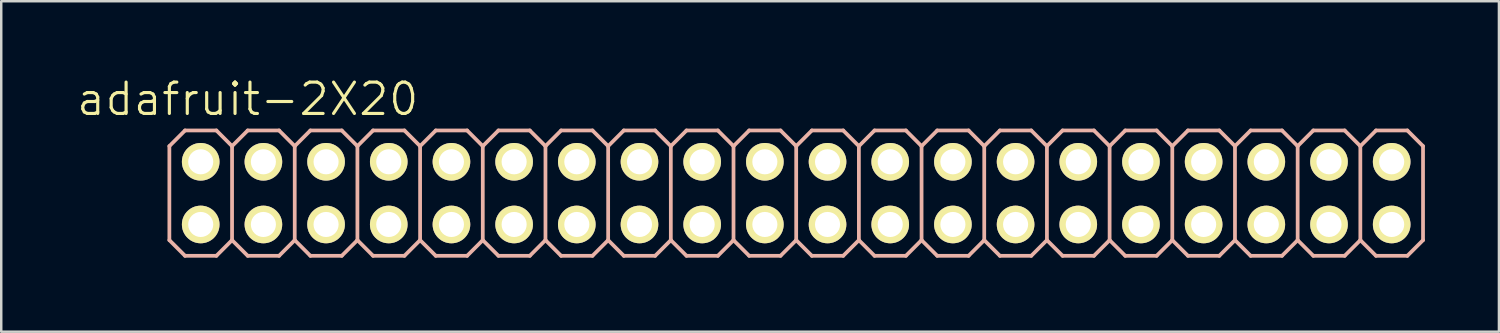
<source format=kicad_pcb>
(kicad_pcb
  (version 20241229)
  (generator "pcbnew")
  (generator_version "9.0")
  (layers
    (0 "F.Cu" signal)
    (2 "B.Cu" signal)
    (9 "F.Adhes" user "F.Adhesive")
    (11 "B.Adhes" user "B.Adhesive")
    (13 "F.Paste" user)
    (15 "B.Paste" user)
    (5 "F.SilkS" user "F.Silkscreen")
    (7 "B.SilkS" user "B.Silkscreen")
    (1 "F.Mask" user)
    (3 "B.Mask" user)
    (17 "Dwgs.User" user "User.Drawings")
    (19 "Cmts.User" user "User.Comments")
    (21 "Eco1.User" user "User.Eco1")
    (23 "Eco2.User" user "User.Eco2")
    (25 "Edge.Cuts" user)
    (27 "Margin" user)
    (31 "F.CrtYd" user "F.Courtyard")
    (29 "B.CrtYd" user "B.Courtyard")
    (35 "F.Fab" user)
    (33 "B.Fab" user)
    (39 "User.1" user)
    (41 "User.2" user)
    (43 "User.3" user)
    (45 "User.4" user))
  (footprint "adafruit-2X20"
    (layer "F.Cu")
    (at 29.213 4.776)
    (property "Reference" "adafruit-2X20" (at -22.225 -3.81 0) (layer "F.SilkS") (effects (font (size 1.27 1.27) (thickness 0.127))))
    (attr exclude_from_pos_files exclude_from_bom)
    (fp_line (start -24.384 -1.524) (end -23.876 -1.524) (stroke (width 0.066) (type solid)) (layer "F.SilkS"))
    (fp_line (start -24.384 -1.016) (end -24.384 -1.524) (stroke (width 0.066) (type solid)) (layer "F.SilkS"))
    (fp_line (start -24.384 -1.016) (end -23.876 -1.016) (stroke (width 0.066) (type solid)) (layer "F.SilkS"))
    (fp_line (start -24.384 1.016) (end -23.876 1.016) (stroke (width 0.066) (type solid)) (layer "F.SilkS"))
    (fp_line (start -24.384 1.524) (end -24.384 1.016) (stroke (width 0.066) (type solid)) (layer "F.SilkS"))
    (fp_line (start -24.384 1.524) (end -23.876 1.524) (stroke (width 0.066) (type solid)) (layer "F.SilkS"))
    (fp_line (start -23.876 -1.016) (end -23.876 -1.524) (stroke (width 0.066) (type solid)) (layer "F.SilkS"))
    (fp_line (start -23.876 1.524) (end -23.876 1.016) (stroke (width 0.066) (type solid)) (layer "F.SilkS"))
    (fp_line (start -21.844 -1.524) (end -21.336 -1.524) (stroke (width 0.066) (type solid)) (layer "F.SilkS"))
    (fp_line (start -21.844 -1.016) (end -21.844 -1.524) (stroke (width 0.066) (type solid)) (layer "F.SilkS"))
    (fp_line (start -21.844 -1.016) (end -21.336 -1.016) (stroke (width 0.066) (type solid)) (layer "F.SilkS"))
    (fp_line (start -21.844 1.016) (end -21.336 1.016) (stroke (width 0.066) (type solid)) (layer "F.SilkS"))
    (fp_line (start -21.844 1.524) (end -21.844 1.016) (stroke (width 0.066) (type solid)) (layer "F.SilkS"))
    (fp_line (start -21.844 1.524) (end -21.336 1.524) (stroke (width 0.066) (type solid)) (layer "F.SilkS"))
    (fp_line (start -21.336 -1.016) (end -21.336 -1.524) (stroke (width 0.066) (type solid)) (layer "F.SilkS"))
    (fp_line (start -21.336 1.524) (end -21.336 1.016) (stroke (width 0.066) (type solid)) (layer "F.SilkS"))
    (fp_line (start -19.304 -1.524) (end -18.796 -1.524) (stroke (width 0.066) (type solid)) (layer "F.SilkS"))
    (fp_line (start -19.304 -1.016) (end -19.304 -1.524) (stroke (width 0.066) (type solid)) (layer "F.SilkS"))
    (fp_line (start -19.304 -1.016) (end -18.796 -1.016) (stroke (width 0.066) (type solid)) (layer "F.SilkS"))
    (fp_line (start -19.304 1.016) (end -18.796 1.016) (stroke (width 0.066) (type solid)) (layer "F.SilkS"))
    (fp_line (start -19.304 1.524) (end -19.304 1.016) (stroke (width 0.066) (type solid)) (layer "F.SilkS"))
    (fp_line (start -19.304 1.524) (end -18.796 1.524) (stroke (width 0.066) (type solid)) (layer "F.SilkS"))
    (fp_line (start -18.796 -1.016) (end -18.796 -1.524) (stroke (width 0.066) (type solid)) (layer "F.SilkS"))
    (fp_line (start -18.796 1.524) (end -18.796 1.016) (stroke (width 0.066) (type solid)) (layer "F.SilkS"))
    (fp_line (start -16.764 -1.524) (end -16.256 -1.524) (stroke (width 0.066) (type solid)) (layer "F.SilkS"))
    (fp_line (start -16.764 -1.016) (end -16.764 -1.524) (stroke (width 0.066) (type solid)) (layer "F.SilkS"))
    (fp_line (start -16.764 -1.016) (end -16.256 -1.016) (stroke (width 0.066) (type solid)) (layer "F.SilkS"))
    (fp_line (start -16.764 1.016) (end -16.256 1.016) (stroke (width 0.066) (type solid)) (layer "F.SilkS"))
    (fp_line (start -16.764 1.524) (end -16.764 1.016) (stroke (width 0.066) (type solid)) (layer "F.SilkS"))
    (fp_line (start -16.764 1.524) (end -16.256 1.524) (stroke (width 0.066) (type solid)) (layer "F.SilkS"))
    (fp_line (start -16.256 -1.016) (end -16.256 -1.524) (stroke (width 0.066) (type solid)) (layer "F.SilkS"))
    (fp_line (start -16.256 1.524) (end -16.256 1.016) (stroke (width 0.066) (type solid)) (layer "F.SilkS"))
    (fp_line (start -14.224 -1.524) (end -13.716 -1.524) (stroke (width 0.066) (type solid)) (layer "F.SilkS"))
    (fp_line (start -14.224 -1.016) (end -14.224 -1.524) (stroke (width 0.066) (type solid)) (layer "F.SilkS"))
    (fp_line (start -14.224 -1.016) (end -13.716 -1.016) (stroke (width 0.066) (type solid)) (layer "F.SilkS"))
    (fp_line (start -14.224 1.016) (end -13.716 1.016) (stroke (width 0.066) (type solid)) (layer "F.SilkS"))
    (fp_line (start -14.224 1.524) (end -14.224 1.016) (stroke (width 0.066) (type solid)) (layer "F.SilkS"))
    (fp_line (start -14.224 1.524) (end -13.716 1.524) (stroke (width 0.066) (type solid)) (layer "F.SilkS"))
    (fp_line (start -13.716 -1.016) (end -13.716 -1.524) (stroke (width 0.066) (type solid)) (layer "F.SilkS"))
    (fp_line (start -13.716 1.524) (end -13.716 1.016) (stroke (width 0.066) (type solid)) (layer "F.SilkS"))
    (fp_line (start -11.684 -1.524) (end -11.176 -1.524) (stroke (width 0.066) (type solid)) (layer "F.SilkS"))
    (fp_line (start -11.684 -1.016) (end -11.684 -1.524) (stroke (width 0.066) (type solid)) (layer "F.SilkS"))
    (fp_line (start -11.684 -1.016) (end -11.176 -1.016) (stroke (width 0.066) (type solid)) (layer "F.SilkS"))
    (fp_line (start -11.684 1.016) (end -11.176 1.016) (stroke (width 0.066) (type solid)) (layer "F.SilkS"))
    (fp_line (start -11.684 1.524) (end -11.684 1.016) (stroke (width 0.066) (type solid)) (layer "F.SilkS"))
    (fp_line (start -11.684 1.524) (end -11.176 1.524) (stroke (width 0.066) (type solid)) (layer "F.SilkS"))
    (fp_line (start -11.176 -1.016) (end -11.176 -1.524) (stroke (width 0.066) (type solid)) (layer "F.SilkS"))
    (fp_line (start -11.176 1.524) (end -11.176 1.016) (stroke (width 0.066) (type solid)) (layer "F.SilkS"))
    (fp_line (start -9.144 -1.524) (end -8.636 -1.524) (stroke (width 0.066) (type solid)) (layer "F.SilkS"))
    (fp_line (start -9.144 -1.016) (end -9.144 -1.524) (stroke (width 0.066) (type solid)) (layer "F.SilkS"))
    (fp_line (start -9.144 -1.016) (end -8.636 -1.016) (stroke (width 0.066) (type solid)) (layer "F.SilkS"))
    (fp_line (start -9.144 1.016) (end -8.636 1.016) (stroke (width 0.066) (type solid)) (layer "F.SilkS"))
    (fp_line (start -9.144 1.524) (end -9.144 1.016) (stroke (width 0.066) (type solid)) (layer "F.SilkS"))
    (fp_line (start -9.144 1.524) (end -8.636 1.524) (stroke (width 0.066) (type solid)) (layer "F.SilkS"))
    (fp_line (start -8.636 -1.016) (end -8.636 -1.524) (stroke (width 0.066) (type solid)) (layer "F.SilkS"))
    (fp_line (start -8.636 1.524) (end -8.636 1.016) (stroke (width 0.066) (type solid)) (layer "F.SilkS"))
    (fp_line (start -6.604 -1.524) (end -6.096 -1.524) (stroke (width 0.066) (type solid)) (layer "F.SilkS"))
    (fp_line (start -6.604 -1.016) (end -6.604 -1.524) (stroke (width 0.066) (type solid)) (layer "F.SilkS"))
    (fp_line (start -6.604 -1.016) (end -6.096 -1.016) (stroke (width 0.066) (type solid)) (layer "F.SilkS"))
    (fp_line (start -6.604 1.016) (end -6.096 1.016) (stroke (width 0.066) (type solid)) (layer "F.SilkS"))
    (fp_line (start -6.604 1.524) (end -6.604 1.016) (stroke (width 0.066) (type solid)) (layer "F.SilkS"))
    (fp_line (start -6.604 1.524) (end -6.096 1.524) (stroke (width 0.066) (type solid)) (layer "F.SilkS"))
    (fp_line (start -6.096 -1.016) (end -6.096 -1.524) (stroke (width 0.066) (type solid)) (layer "F.SilkS"))
    (fp_line (start -6.096 1.524) (end -6.096 1.016) (stroke (width 0.066) (type solid)) (layer "F.SilkS"))
    (fp_line (start -4.064 -1.524) (end -3.556 -1.524) (stroke (width 0.066) (type solid)) (layer "F.SilkS"))
    (fp_line (start -4.064 -1.016) (end -4.064 -1.524) (stroke (width 0.066) (type solid)) (layer "F.SilkS"))
    (fp_line (start -4.064 -1.016) (end -3.556 -1.016) (stroke (width 0.066) (type solid)) (layer "F.SilkS"))
    (fp_line (start -4.064 1.016) (end -3.556 1.016) (stroke (width 0.066) (type solid)) (layer "F.SilkS"))
    (fp_line (start -4.064 1.524) (end -4.064 1.016) (stroke (width 0.066) (type solid)) (layer "F.SilkS"))
    (fp_line (start -4.064 1.524) (end -3.556 1.524) (stroke (width 0.066) (type solid)) (layer "F.SilkS"))
    (fp_line (start -3.556 -1.016) (end -3.556 -1.524) (stroke (width 0.066) (type solid)) (layer "F.SilkS"))
    (fp_line (start -3.556 1.524) (end -3.556 1.016) (stroke (width 0.066) (type solid)) (layer "F.SilkS"))
    (fp_line (start -1.524 -1.524) (end -1.016 -1.524) (stroke (width 0.066) (type solid)) (layer "F.SilkS"))
    (fp_line (start -1.524 -1.016) (end -1.524 -1.524) (stroke (width 0.066) (type solid)) (layer "F.SilkS"))
    (fp_line (start -1.524 -1.016) (end -1.016 -1.016) (stroke (width 0.066) (type solid)) (layer "F.SilkS"))
    (fp_line (start -1.524 1.016) (end -1.016 1.016) (stroke (width 0.066) (type solid)) (layer "F.SilkS"))
    (fp_line (start -1.524 1.524) (end -1.524 1.016) (stroke (width 0.066) (type solid)) (layer "F.SilkS"))
    (fp_line (start -1.524 1.524) (end -1.016 1.524) (stroke (width 0.066) (type solid)) (layer "F.SilkS"))
    (fp_line (start -1.016 -1.016) (end -1.016 -1.524) (stroke (width 0.066) (type solid)) (layer "F.SilkS"))
    (fp_line (start -1.016 1.524) (end -1.016 1.016) (stroke (width 0.066) (type solid)) (layer "F.SilkS"))
    (fp_line (start 1.016 -1.524) (end 1.524 -1.524) (stroke (width 0.066) (type solid)) (layer "F.SilkS"))
    (fp_line (start 1.016 -1.016) (end 1.016 -1.524) (stroke (width 0.066) (type solid)) (layer "F.SilkS"))
    (fp_line (start 1.016 -1.016) (end 1.524 -1.016) (stroke (width 0.066) (type solid)) (layer "F.SilkS"))
    (fp_line (start 1.016 1.016) (end 1.524 1.016) (stroke (width 0.066) (type solid)) (layer "F.SilkS"))
    (fp_line (start 1.016 1.524) (end 1.016 1.016) (stroke (width 0.066) (type solid)) (layer "F.SilkS"))
    (fp_line (start 1.016 1.524) (end 1.524 1.524) (stroke (width 0.066) (type solid)) (layer "F.SilkS"))
    (fp_line (start 1.524 -1.016) (end 1.524 -1.524) (stroke (width 0.066) (type solid)) (layer "F.SilkS"))
    (fp_line (start 1.524 1.524) (end 1.524 1.016) (stroke (width 0.066) (type solid)) (layer "F.SilkS"))
    (fp_line (start 3.556 -1.524) (end 4.064 -1.524) (stroke (width 0.066) (type solid)) (layer "F.SilkS"))
    (fp_line (start 3.556 -1.016) (end 3.556 -1.524) (stroke (width 0.066) (type solid)) (layer "F.SilkS"))
    (fp_line (start 3.556 -1.016) (end 4.064 -1.016) (stroke (width 0.066) (type solid)) (layer "F.SilkS"))
    (fp_line (start 3.556 1.016) (end 4.064 1.016) (stroke (width 0.066) (type solid)) (layer "F.SilkS"))
    (fp_line (start 3.556 1.524) (end 3.556 1.016) (stroke (width 0.066) (type solid)) (layer "F.SilkS"))
    (fp_line (start 3.556 1.524) (end 4.064 1.524) (stroke (width 0.066) (type solid)) (layer "F.SilkS"))
    (fp_line (start 4.064 -1.016) (end 4.064 -1.524) (stroke (width 0.066) (type solid)) (layer "F.SilkS"))
    (fp_line (start 4.064 1.524) (end 4.064 1.016) (stroke (width 0.066) (type solid)) (layer "F.SilkS"))
    (fp_line (start 6.096 -1.524) (end 6.604 -1.524) (stroke (width 0.066) (type solid)) (layer "F.SilkS"))
    (fp_line (start 6.096 -1.016) (end 6.096 -1.524) (stroke (width 0.066) (type solid)) (layer "F.SilkS"))
    (fp_line (start 6.096 -1.016) (end 6.604 -1.016) (stroke (width 0.066) (type solid)) (layer "F.SilkS"))
    (fp_line (start 6.096 1.016) (end 6.604 1.016) (stroke (width 0.066) (type solid)) (layer "F.SilkS"))
    (fp_line (start 6.096 1.524) (end 6.096 1.016) (stroke (width 0.066) (type solid)) (layer "F.SilkS"))
    (fp_line (start 6.096 1.524) (end 6.604 1.524) (stroke (width 0.066) (type solid)) (layer "F.SilkS"))
    (fp_line (start 6.604 -1.016) (end 6.604 -1.524) (stroke (width 0.066) (type solid)) (layer "F.SilkS"))
    (fp_line (start 6.604 1.524) (end 6.604 1.016) (stroke (width 0.066) (type solid)) (layer "F.SilkS"))
    (fp_line (start 8.636 -1.524) (end 9.144 -1.524) (stroke (width 0.066) (type solid)) (layer "F.SilkS"))
    (fp_line (start 8.636 -1.016) (end 8.636 -1.524) (stroke (width 0.066) (type solid)) (layer "F.SilkS"))
    (fp_line (start 8.636 -1.016) (end 9.144 -1.016) (stroke (width 0.066) (type solid)) (layer "F.SilkS"))
    (fp_line (start 8.636 1.016) (end 9.144 1.016) (stroke (width 0.066) (type solid)) (layer "F.SilkS"))
    (fp_line (start 8.636 1.524) (end 8.636 1.016) (stroke (width 0.066) (type solid)) (layer "F.SilkS"))
    (fp_line (start 8.636 1.524) (end 9.144 1.524) (stroke (width 0.066) (type solid)) (layer "F.SilkS"))
    (fp_line (start 9.144 -1.016) (end 9.144 -1.524) (stroke (width 0.066) (type solid)) (layer "F.SilkS"))
    (fp_line (start 9.144 1.524) (end 9.144 1.016) (stroke (width 0.066) (type solid)) (layer "F.SilkS"))
    (fp_line (start 11.176 -1.524) (end 11.684 -1.524) (stroke (width 0.066) (type solid)) (layer "F.SilkS"))
    (fp_line (start 11.176 -1.016) (end 11.176 -1.524) (stroke (width 0.066) (type solid)) (layer "F.SilkS"))
    (fp_line (start 11.176 -1.016) (end 11.684 -1.016) (stroke (width 0.066) (type solid)) (layer "F.SilkS"))
    (fp_line (start 11.176 1.016) (end 11.684 1.016) (stroke (width 0.066) (type solid)) (layer "F.SilkS"))
    (fp_line (start 11.176 1.524) (end 11.176 1.016) (stroke (width 0.066) (type solid)) (layer "F.SilkS"))
    (fp_line (start 11.176 1.524) (end 11.684 1.524) (stroke (width 0.066) (type solid)) (layer "F.SilkS"))
    (fp_line (start 11.684 -1.016) (end 11.684 -1.524) (stroke (width 0.066) (type solid)) (layer "F.SilkS"))
    (fp_line (start 11.684 1.524) (end 11.684 1.016) (stroke (width 0.066) (type solid)) (layer "F.SilkS"))
    (fp_line (start 13.716 -1.524) (end 14.224 -1.524) (stroke (width 0.066) (type solid)) (layer "F.SilkS"))
    (fp_line (start 13.716 -1.016) (end 13.716 -1.524) (stroke (width 0.066) (type solid)) (layer "F.SilkS"))
    (fp_line (start 13.716 -1.016) (end 14.224 -1.016) (stroke (width 0.066) (type solid)) (layer "F.SilkS"))
    (fp_line (start 13.716 1.016) (end 14.224 1.016) (stroke (width 0.066) (type solid)) (layer "F.SilkS"))
    (fp_line (start 13.716 1.524) (end 13.716 1.016) (stroke (width 0.066) (type solid)) (layer "F.SilkS"))
    (fp_line (start 13.716 1.524) (end 14.224 1.524) (stroke (width 0.066) (type solid)) (layer "F.SilkS"))
    (fp_line (start 14.224 -1.016) (end 14.224 -1.524) (stroke (width 0.066) (type solid)) (layer "F.SilkS"))
    (fp_line (start 14.224 1.524) (end 14.224 1.016) (stroke (width 0.066) (type solid)) (layer "F.SilkS"))
    (fp_line (start 16.256 -1.524) (end 16.764 -1.524) (stroke (width 0.066) (type solid)) (layer "F.SilkS"))
    (fp_line (start 16.256 -1.016) (end 16.256 -1.524) (stroke (width 0.066) (type solid)) (layer "F.SilkS"))
    (fp_line (start 16.256 -1.016) (end 16.764 -1.016) (stroke (width 0.066) (type solid)) (layer "F.SilkS"))
    (fp_line (start 16.256 1.016) (end 16.764 1.016) (stroke (width 0.066) (type solid)) (layer "F.SilkS"))
    (fp_line (start 16.256 1.524) (end 16.256 1.016) (stroke (width 0.066) (type solid)) (layer "F.SilkS"))
    (fp_line (start 16.256 1.524) (end 16.764 1.524) (stroke (width 0.066) (type solid)) (layer "F.SilkS"))
    (fp_line (start 16.764 -1.016) (end 16.764 -1.524) (stroke (width 0.066) (type solid)) (layer "F.SilkS"))
    (fp_line (start 16.764 1.524) (end 16.764 1.016) (stroke (width 0.066) (type solid)) (layer "F.SilkS"))
    (fp_line (start 18.796 -1.524) (end 19.304 -1.524) (stroke (width 0.066) (type solid)) (layer "F.SilkS"))
    (fp_line (start 18.796 -1.016) (end 18.796 -1.524) (stroke (width 0.066) (type solid)) (layer "F.SilkS"))
    (fp_line (start 18.796 -1.016) (end 19.304 -1.016) (stroke (width 0.066) (type solid)) (layer "F.SilkS"))
    (fp_line (start 18.796 1.016) (end 19.304 1.016) (stroke (width 0.066) (type solid)) (layer "F.SilkS"))
    (fp_line (start 18.796 1.524) (end 18.796 1.016) (stroke (width 0.066) (type solid)) (layer "F.SilkS"))
    (fp_line (start 18.796 1.524) (end 19.304 1.524) (stroke (width 0.066) (type solid)) (layer "F.SilkS"))
    (fp_line (start 19.304 -1.016) (end 19.304 -1.524) (stroke (width 0.066) (type solid)) (layer "F.SilkS"))
    (fp_line (start 19.304 1.524) (end 19.304 1.016) (stroke (width 0.066) (type solid)) (layer "F.SilkS"))
    (fp_line (start 21.336 -1.524) (end 21.844 -1.524) (stroke (width 0.066) (type solid)) (layer "F.SilkS"))
    (fp_line (start 21.336 -1.016) (end 21.336 -1.524) (stroke (width 0.066) (type solid)) (layer "F.SilkS"))
    (fp_line (start 21.336 -1.016) (end 21.844 -1.016) (stroke (width 0.066) (type solid)) (layer "F.SilkS"))
    (fp_line (start 21.336 1.016) (end 21.844 1.016) (stroke (width 0.066) (type solid)) (layer "F.SilkS"))
    (fp_line (start 21.336 1.524) (end 21.336 1.016) (stroke (width 0.066) (type solid)) (layer "F.SilkS"))
    (fp_line (start 21.336 1.524) (end 21.844 1.524) (stroke (width 0.066) (type solid)) (layer "F.SilkS"))
    (fp_line (start 21.844 -1.016) (end 21.844 -1.524) (stroke (width 0.066) (type solid)) (layer "F.SilkS"))
    (fp_line (start 21.844 1.524) (end 21.844 1.016) (stroke (width 0.066) (type solid)) (layer "F.SilkS"))
    (fp_line (start 23.876 -1.524) (end 24.384 -1.524) (stroke (width 0.066) (type solid)) (layer "F.SilkS"))
    (fp_line (start 23.876 -1.016) (end 23.876 -1.524) (stroke (width 0.066) (type solid)) (layer "F.SilkS"))
    (fp_line (start 23.876 -1.016) (end 24.384 -1.016) (stroke (width 0.066) (type solid)) (layer "F.SilkS"))
    (fp_line (start 23.876 1.016) (end 24.384 1.016) (stroke (width 0.066) (type solid)) (layer "F.SilkS"))
    (fp_line (start 23.876 1.524) (end 23.876 1.016) (stroke (width 0.066) (type solid)) (layer "F.SilkS"))
    (fp_line (start 23.876 1.524) (end 24.384 1.524) (stroke (width 0.066) (type solid)) (layer "F.SilkS"))
    (fp_line (start 24.384 -1.016) (end 24.384 -1.524) (stroke (width 0.066) (type solid)) (layer "F.SilkS"))
    (fp_line (start 24.384 1.524) (end 24.384 1.016) (stroke (width 0.066) (type solid)) (layer "F.SilkS"))
    (fp_line (start -25.4 -1.905) (end -24.765 -2.54) (stroke (width 0.152) (type solid)) (layer "B.SilkS"))
    (fp_line (start -25.4 1.905) (end -25.4 -1.905) (stroke (width 0.152) (type solid)) (layer "B.SilkS"))
    (fp_line (start -25.4 1.905) (end -24.765 2.54) (stroke (width 0.152) (type solid)) (layer "B.SilkS"))
    (fp_line (start -24.765 -2.54) (end -23.495 -2.54) (stroke (width 0.152) (type solid)) (layer "B.SilkS"))
    (fp_line (start -24.765 2.54) (end -23.495 2.54) (stroke (width 0.152) (type solid)) (layer "B.SilkS"))
    (fp_line (start -23.495 -2.54) (end -22.86 -1.905) (stroke (width 0.152) (type solid)) (layer "B.SilkS"))
    (fp_line (start -23.495 2.54) (end -22.86 1.905) (stroke (width 0.152) (type solid)) (layer "B.SilkS"))
    (fp_line (start -22.86 -1.905) (end -22.86 1.905) (stroke (width 0.152) (type solid)) (layer "B.SilkS"))
    (fp_line (start -22.86 -1.905) (end -22.225 -2.54) (stroke (width 0.152) (type solid)) (layer "B.SilkS"))
    (fp_line (start -22.86 1.905) (end -22.225 2.54) (stroke (width 0.152) (type solid)) (layer "B.SilkS"))
    (fp_line (start -22.225 -2.54) (end -20.955 -2.54) (stroke (width 0.152) (type solid)) (layer "B.SilkS"))
    (fp_line (start -22.225 2.54) (end -20.955 2.54) (stroke (width 0.152) (type solid)) (layer "B.SilkS"))
    (fp_line (start -20.955 -2.54) (end -20.32 -1.905) (stroke (width 0.152) (type solid)) (layer "B.SilkS"))
    (fp_line (start -20.955 2.54) (end -20.32 1.905) (stroke (width 0.152) (type solid)) (layer "B.SilkS"))
    (fp_line (start -20.32 -1.905) (end -20.32 1.905) (stroke (width 0.152) (type solid)) (layer "B.SilkS"))
    (fp_line (start -20.32 -1.905) (end -19.685 -2.54) (stroke (width 0.152) (type solid)) (layer "B.SilkS"))
    (fp_line (start -20.32 1.905) (end -19.685 2.54) (stroke (width 0.152) (type solid)) (layer "B.SilkS"))
    (fp_line (start -19.685 -2.54) (end -18.415 -2.54) (stroke (width 0.152) (type solid)) (layer "B.SilkS"))
    (fp_line (start -19.685 2.54) (end -18.415 2.54) (stroke (width 0.152) (type solid)) (layer "B.SilkS"))
    (fp_line (start -18.415 -2.54) (end -17.78 -1.905) (stroke (width 0.152) (type solid)) (layer "B.SilkS"))
    (fp_line (start -18.415 2.54) (end -17.78 1.905) (stroke (width 0.152) (type solid)) (layer "B.SilkS"))
    (fp_line (start -17.78 -1.905) (end -17.78 1.905) (stroke (width 0.152) (type solid)) (layer "B.SilkS"))
    (fp_line (start -17.78 -1.905) (end -17.145 -2.54) (stroke (width 0.152) (type solid)) (layer "B.SilkS"))
    (fp_line (start -17.78 1.905) (end -17.145 2.54) (stroke (width 0.152) (type solid)) (layer "B.SilkS"))
    (fp_line (start -17.145 -2.54) (end -15.875 -2.54) (stroke (width 0.152) (type solid)) (layer "B.SilkS"))
    (fp_line (start -17.145 2.54) (end -15.875 2.54) (stroke (width 0.152) (type solid)) (layer "B.SilkS"))
    (fp_line (start -15.875 -2.54) (end -15.24 -1.905) (stroke (width 0.152) (type solid)) (layer "B.SilkS"))
    (fp_line (start -15.875 2.54) (end -15.24 1.905) (stroke (width 0.152) (type solid)) (layer "B.SilkS"))
    (fp_line (start -15.24 -1.905) (end -15.24 1.905) (stroke (width 0.152) (type solid)) (layer "B.SilkS"))
    (fp_line (start -15.24 -1.905) (end -14.605 -2.54) (stroke (width 0.152) (type solid)) (layer "B.SilkS"))
    (fp_line (start -15.24 1.905) (end -14.605 2.54) (stroke (width 0.152) (type solid)) (layer "B.SilkS"))
    (fp_line (start -14.605 -2.54) (end -13.335 -2.54) (stroke (width 0.152) (type solid)) (layer "B.SilkS"))
    (fp_line (start -14.605 2.54) (end -13.335 2.54) (stroke (width 0.152) (type solid)) (layer "B.SilkS"))
    (fp_line (start -13.335 -2.54) (end -12.7 -1.905) (stroke (width 0.152) (type solid)) (layer "B.SilkS"))
    (fp_line (start -13.335 2.54) (end -12.7 1.905) (stroke (width 0.152) (type solid)) (layer "B.SilkS"))
    (fp_line (start -12.7 -1.905) (end -12.7 1.905) (stroke (width 0.152) (type solid)) (layer "B.SilkS"))
    (fp_line (start -12.7 -1.905) (end -12.065 -2.54) (stroke (width 0.152) (type solid)) (layer "B.SilkS"))
    (fp_line (start -12.7 1.905) (end -12.065 2.54) (stroke (width 0.152) (type solid)) (layer "B.SilkS"))
    (fp_line (start -12.065 -2.54) (end -10.795 -2.54) (stroke (width 0.152) (type solid)) (layer "B.SilkS"))
    (fp_line (start -12.065 2.54) (end -10.795 2.54) (stroke (width 0.152) (type solid)) (layer "B.SilkS"))
    (fp_line (start -10.795 -2.54) (end -10.16 -1.905) (stroke (width 0.152) (type solid)) (layer "B.SilkS"))
    (fp_line (start -10.795 2.54) (end -10.16 1.905) (stroke (width 0.152) (type solid)) (layer "B.SilkS"))
    (fp_line (start -10.16 -1.905) (end -10.16 1.905) (stroke (width 0.152) (type solid)) (layer "B.SilkS"))
    (fp_line (start -10.16 -1.905) (end -9.525 -2.54) (stroke (width 0.152) (type solid)) (layer "B.SilkS"))
    (fp_line (start -10.16 1.905) (end -9.525 2.54) (stroke (width 0.152) (type solid)) (layer "B.SilkS"))
    (fp_line (start -9.525 -2.54) (end -8.255 -2.54) (stroke (width 0.152) (type solid)) (layer "B.SilkS"))
    (fp_line (start -8.255 -2.54) (end -7.62 -1.905) (stroke (width 0.152) (type solid)) (layer "B.SilkS"))
    (fp_line (start -8.255 2.54) (end -9.525 2.54) (stroke (width 0.152) (type solid)) (layer "B.SilkS"))
    (fp_line (start -7.62 -1.905) (end -7.62 1.905) (stroke (width 0.152) (type solid)) (layer "B.SilkS"))
    (fp_line (start -7.62 -1.905) (end -6.985 -2.54) (stroke (width 0.152) (type solid)) (layer "B.SilkS"))
    (fp_line (start -7.62 1.905) (end -8.255 2.54) (stroke (width 0.152) (type solid)) (layer "B.SilkS"))
    (fp_line (start -7.62 1.905) (end -6.985 2.54) (stroke (width 0.152) (type solid)) (layer "B.SilkS"))
    (fp_line (start -6.985 -2.54) (end -5.715 -2.54) (stroke (width 0.152) (type solid)) (layer "B.SilkS"))
    (fp_line (start -5.715 -2.54) (end -5.08 -1.905) (stroke (width 0.152) (type solid)) (layer "B.SilkS"))
    (fp_line (start -5.715 2.54) (end -6.985 2.54) (stroke (width 0.152) (type solid)) (layer "B.SilkS"))
    (fp_line (start -5.08 -1.905) (end -5.08 1.905) (stroke (width 0.152) (type solid)) (layer "B.SilkS"))
    (fp_line (start -5.08 -1.905) (end -4.445 -2.54) (stroke (width 0.152) (type solid)) (layer "B.SilkS"))
    (fp_line (start -5.08 1.905) (end -5.715 2.54) (stroke (width 0.152) (type solid)) (layer "B.SilkS"))
    (fp_line (start -5.08 1.905) (end -4.445 2.54) (stroke (width 0.152) (type solid)) (layer "B.SilkS"))
    (fp_line (start -4.445 -2.54) (end -3.175 -2.54) (stroke (width 0.152) (type solid)) (layer "B.SilkS"))
    (fp_line (start -3.175 -2.54) (end -2.54 -1.905) (stroke (width 0.152) (type solid)) (layer "B.SilkS"))
    (fp_line (start -3.175 2.54) (end -4.445 2.54) (stroke (width 0.152) (type solid)) (layer "B.SilkS"))
    (fp_line (start -2.54 -1.905) (end -2.54 1.905) (stroke (width 0.152) (type solid)) (layer "B.SilkS"))
    (fp_line (start -2.54 -1.905) (end -1.905 -2.54) (stroke (width 0.152) (type solid)) (layer "B.SilkS"))
    (fp_line (start -2.54 1.905) (end -3.175 2.54) (stroke (width 0.152) (type solid)) (layer "B.SilkS"))
    (fp_line (start -2.54 1.905) (end -1.905 2.54) (stroke (width 0.152) (type solid)) (layer "B.SilkS"))
    (fp_line (start -1.905 -2.54) (end -0.635 -2.54) (stroke (width 0.152) (type solid)) (layer "B.SilkS"))
    (fp_line (start -0.635 -2.54) (end 0 -1.905) (stroke (width 0.152) (type solid)) (layer "B.SilkS"))
    (fp_line (start -0.635 2.54) (end -1.905 2.54) (stroke (width 0.152) (type solid)) (layer "B.SilkS"))
    (fp_line (start 0 -1.905) (end 0 1.905) (stroke (width 0.152) (type solid)) (layer "B.SilkS"))
    (fp_line (start 0 -1.905) (end 0.635 -2.54) (stroke (width 0.152) (type solid)) (layer "B.SilkS"))
    (fp_line (start 0 1.905) (end -0.635 2.54) (stroke (width 0.152) (type solid)) (layer "B.SilkS"))
    (fp_line (start 0 1.905) (end 0.635 2.54) (stroke (width 0.152) (type solid)) (layer "B.SilkS"))
    (fp_line (start 0.635 -2.54) (end 1.905 -2.54) (stroke (width 0.152) (type solid)) (layer "B.SilkS"))
    (fp_line (start 1.905 -2.54) (end 2.54 -1.905) (stroke (width 0.152) (type solid)) (layer "B.SilkS"))
    (fp_line (start 1.905 2.54) (end 0.635 2.54) (stroke (width 0.152) (type solid)) (layer "B.SilkS"))
    (fp_line (start 2.54 -1.905) (end 2.54 1.905) (stroke (width 0.152) (type solid)) (layer "B.SilkS"))
    (fp_line (start 2.54 -1.905) (end 3.175 -2.54) (stroke (width 0.152) (type solid)) (layer "B.SilkS"))
    (fp_line (start 2.54 1.905) (end 1.905 2.54) (stroke (width 0.152) (type solid)) (layer "B.SilkS"))
    (fp_line (start 2.54 1.905) (end 3.175 2.54) (stroke (width 0.152) (type solid)) (layer "B.SilkS"))
    (fp_line (start 3.175 -2.54) (end 4.445 -2.54) (stroke (width 0.152) (type solid)) (layer "B.SilkS"))
    (fp_line (start 4.445 2.54) (end 3.175 2.54) (stroke (width 0.152) (type solid)) (layer "B.SilkS"))
    (fp_line (start 5.08 -1.905) (end 4.445 -2.54) (stroke (width 0.152) (type solid)) (layer "B.SilkS"))
    (fp_line (start 5.08 -1.905) (end 5.08 1.905) (stroke (width 0.152) (type solid)) (layer "B.SilkS"))
    (fp_line (start 5.08 -1.905) (end 5.715 -2.54) (stroke (width 0.152) (type solid)) (layer "B.SilkS"))
    (fp_line (start 5.08 1.905) (end 4.445 2.54) (stroke (width 0.152) (type solid)) (layer "B.SilkS"))
    (fp_line (start 5.08 1.905) (end 5.715 2.54) (stroke (width 0.152) (type solid)) (layer "B.SilkS"))
    (fp_line (start 6.985 -2.54) (end 5.715 -2.54) (stroke (width 0.152) (type solid)) (layer "B.SilkS"))
    (fp_line (start 6.985 -2.54) (end 7.62 -1.905) (stroke (width 0.152) (type solid)) (layer "B.SilkS"))
    (fp_line (start 6.985 2.54) (end 5.715 2.54) (stroke (width 0.152) (type solid)) (layer "B.SilkS"))
    (fp_line (start 7.62 -1.905) (end 7.62 1.905) (stroke (width 0.152) (type solid)) (layer "B.SilkS"))
    (fp_line (start 7.62 -1.905) (end 8.255 -2.54) (stroke (width 0.152) (type solid)) (layer "B.SilkS"))
    (fp_line (start 7.62 1.905) (end 6.985 2.54) (stroke (width 0.152) (type solid)) (layer "B.SilkS"))
    (fp_line (start 7.62 1.905) (end 8.255 2.54) (stroke (width 0.152) (type solid)) (layer "B.SilkS"))
    (fp_line (start 9.525 -2.54) (end 8.255 -2.54) (stroke (width 0.152) (type solid)) (layer "B.SilkS"))
    (fp_line (start 9.525 -2.54) (end 10.16 -1.905) (stroke (width 0.152) (type solid)) (layer "B.SilkS"))
    (fp_line (start 9.525 2.54) (end 8.255 2.54) (stroke (width 0.152) (type solid)) (layer "B.SilkS"))
    (fp_line (start 10.16 -1.905) (end 10.16 1.905) (stroke (width 0.152) (type solid)) (layer "B.SilkS"))
    (fp_line (start 10.16 -1.905) (end 10.795 -2.54) (stroke (width 0.152) (type solid)) (layer "B.SilkS"))
    (fp_line (start 10.16 1.905) (end 9.525 2.54) (stroke (width 0.152) (type solid)) (layer "B.SilkS"))
    (fp_line (start 10.795 2.54) (end 10.16 1.905) (stroke (width 0.152) (type solid)) (layer "B.SilkS"))
    (fp_line (start 10.795 2.54) (end 12.065 2.54) (stroke (width 0.152) (type solid)) (layer "B.SilkS"))
    (fp_line (start 12.065 -2.54) (end 10.795 -2.54) (stroke (width 0.152) (type solid)) (layer "B.SilkS"))
    (fp_line (start 12.065 -2.54) (end 12.7 -1.905) (stroke (width 0.152) (type solid)) (layer "B.SilkS"))
    (fp_line (start 12.7 -1.905) (end 12.7 1.905) (stroke (width 0.152) (type solid)) (layer "B.SilkS"))
    (fp_line (start 12.7 -1.905) (end 13.335 -2.54) (stroke (width 0.152) (type solid)) (layer "B.SilkS"))
    (fp_line (start 12.7 1.905) (end 12.065 2.54) (stroke (width 0.152) (type solid)) (layer "B.SilkS"))
    (fp_line (start 13.335 2.54) (end 12.7 1.905) (stroke (width 0.152) (type solid)) (layer "B.SilkS"))
    (fp_line (start 13.335 2.54) (end 14.605 2.54) (stroke (width 0.152) (type solid)) (layer "B.SilkS"))
    (fp_line (start 14.605 -2.54) (end 13.335 -2.54) (stroke (width 0.152) (type solid)) (layer "B.SilkS"))
    (fp_line (start 14.605 -2.54) (end 15.24 -1.905) (stroke (width 0.152) (type solid)) (layer "B.SilkS"))
    (fp_line (start 15.24 -1.905) (end 15.24 1.905) (stroke (width 0.152) (type solid)) (layer "B.SilkS"))
    (fp_line (start 15.24 -1.905) (end 15.875 -2.54) (stroke (width 0.152) (type solid)) (layer "B.SilkS"))
    (fp_line (start 15.24 1.905) (end 14.605 2.54) (stroke (width 0.152) (type solid)) (layer "B.SilkS"))
    (fp_line (start 15.24 1.905) (end 15.875 2.54) (stroke (width 0.152) (type solid)) (layer "B.SilkS"))
    (fp_line (start 17.145 -2.54) (end 15.875 -2.54) (stroke (width 0.152) (type solid)) (layer "B.SilkS"))
    (fp_line (start 17.145 -2.54) (end 17.78 -1.905) (stroke (width 0.152) (type solid)) (layer "B.SilkS"))
    (fp_line (start 17.145 2.54) (end 15.875 2.54) (stroke (width 0.152) (type solid)) (layer "B.SilkS"))
    (fp_line (start 17.78 -1.905) (end 17.78 1.905) (stroke (width 0.152) (type solid)) (layer "B.SilkS"))
    (fp_line (start 17.78 -1.905) (end 18.415 -2.54) (stroke (width 0.152) (type solid)) (layer "B.SilkS"))
    (fp_line (start 17.78 1.905) (end 17.145 2.54) (stroke (width 0.152) (type solid)) (layer "B.SilkS"))
    (fp_line (start 17.78 1.905) (end 18.415 2.54) (stroke (width 0.152) (type solid)) (layer "B.SilkS"))
    (fp_line (start 19.685 -2.54) (end 18.415 -2.54) (stroke (width 0.152) (type solid)) (layer "B.SilkS"))
    (fp_line (start 19.685 -2.54) (end 20.32 -1.905) (stroke (width 0.152) (type solid)) (layer "B.SilkS"))
    (fp_line (start 19.685 2.54) (end 18.415 2.54) (stroke (width 0.152) (type solid)) (layer "B.SilkS"))
    (fp_line (start 20.32 -1.905) (end 20.32 1.905) (stroke (width 0.152) (type solid)) (layer "B.SilkS"))
    (fp_line (start 20.32 -1.905) (end 20.955 -2.54) (stroke (width 0.152) (type solid)) (layer "B.SilkS"))
    (fp_line (start 20.32 1.905) (end 19.685 2.54) (stroke (width 0.152) (type solid)) (layer "B.SilkS"))
    (fp_line (start 20.32 1.905) (end 20.955 2.54) (stroke (width 0.152) (type solid)) (layer "B.SilkS"))
    (fp_line (start 22.225 -2.54) (end 20.955 -2.54) (stroke (width 0.152) (type solid)) (layer "B.SilkS"))
    (fp_line (start 22.225 -2.54) (end 22.86 -1.905) (stroke (width 0.152) (type solid)) (layer "B.SilkS"))
    (fp_line (start 22.225 2.54) (end 20.955 2.54) (stroke (width 0.152) (type solid)) (layer "B.SilkS"))
    (fp_line (start 22.86 -1.905) (end 22.86 1.905) (stroke (width 0.152) (type solid)) (layer "B.SilkS"))
    (fp_line (start 22.86 -1.905) (end 23.495 -2.54) (stroke (width 0.152) (type solid)) (layer "B.SilkS"))
    (fp_line (start 22.86 1.905) (end 22.225 2.54) (stroke (width 0.152) (type solid)) (layer "B.SilkS"))
    (fp_line (start 22.86 1.905) (end 23.495 2.54) (stroke (width 0.152) (type solid)) (layer "B.SilkS"))
    (fp_line (start 24.765 -2.54) (end 23.495 -2.54) (stroke (width 0.152) (type solid)) (layer "B.SilkS"))
    (fp_line (start 24.765 -2.54) (end 25.4 -1.905) (stroke (width 0.152) (type solid)) (layer "B.SilkS"))
    (fp_line (start 24.765 2.54) (end 23.495 2.54) (stroke (width 0.152) (type solid)) (layer "B.SilkS"))
    (fp_line (start 25.4 -1.905) (end 25.4 1.905) (stroke (width 0.152) (type solid)) (layer "B.SilkS"))
    (fp_line (start 25.4 1.905) (end 24.765 2.54) (stroke (width 0.152) (type solid)) (layer "B.SilkS"))
    (pad "1" thru_hole circle (at -24.13 1.27) (size 1.524 1.524) (drill 1.016) (layers "*.Cu" "F.Mask" "F.SilkS" "F.Paste"))
    (pad "2" thru_hole circle (at -24.13 -1.27) (size 1.524 1.524) (drill 1.016) (layers "*.Cu" "F.Mask" "F.SilkS" "F.Paste"))
    (pad "3" thru_hole circle (at -21.59 1.27) (size 1.524 1.524) (drill 1.016) (layers "*.Cu" "F.Mask" "F.SilkS" "F.Paste"))
    (pad "4" thru_hole circle (at -21.59 -1.27) (size 1.524 1.524) (drill 1.016) (layers "*.Cu" "F.Mask" "F.SilkS" "F.Paste"))
    (pad "5" thru_hole circle (at -19.05 1.27) (size 1.524 1.524) (drill 1.016) (layers "*.Cu" "F.Mask" "F.SilkS" "F.Paste"))
    (pad "6" thru_hole circle (at -19.05 -1.27) (size 1.524 1.524) (drill 1.016) (layers "*.Cu" "F.Mask" "F.SilkS" "F.Paste"))
    (pad "7" thru_hole circle (at -16.51 1.27) (size 1.524 1.524) (drill 1.016) (layers "*.Cu" "F.Mask" "F.SilkS" "F.Paste"))
    (pad "8" thru_hole circle (at -16.51 -1.27) (size 1.524 1.524) (drill 1.016) (layers "*.Cu" "F.Mask" "F.SilkS" "F.Paste"))
    (pad "9" thru_hole circle (at -13.97 1.27) (size 1.524 1.524) (drill 1.016) (layers "*.Cu" "F.Mask" "F.SilkS" "F.Paste"))
    (pad "10" thru_hole circle (at -13.97 -1.27) (size 1.524 1.524) (drill 1.016) (layers "*.Cu" "F.Mask" "F.SilkS" "F.Paste"))
    (pad "11" thru_hole circle (at -11.43 1.27) (size 1.524 1.524) (drill 1.016) (layers "*.Cu" "F.Mask" "F.SilkS" "F.Paste"))
    (pad "12" thru_hole circle (at -11.43 -1.27) (size 1.524 1.524) (drill 1.016) (layers "*.Cu" "F.Mask" "F.SilkS" "F.Paste"))
    (pad "13" thru_hole circle (at -8.89 1.27) (size 1.524 1.524) (drill 1.016) (layers "*.Cu" "F.Mask" "F.SilkS" "F.Paste"))
    (pad "14" thru_hole circle (at -8.89 -1.27) (size 1.524 1.524) (drill 1.016) (layers "*.Cu" "F.Mask" "F.SilkS" "F.Paste"))
    (pad "15" thru_hole circle (at -6.35 1.27) (size 1.524 1.524) (drill 1.016) (layers "*.Cu" "F.Mask" "F.SilkS" "F.Paste"))
    (pad "16" thru_hole circle (at -6.35 -1.27) (size 1.524 1.524) (drill 1.016) (layers "*.Cu" "F.Mask" "F.SilkS" "F.Paste"))
    (pad "17" thru_hole circle (at -3.81 1.27) (size 1.524 1.524) (drill 1.016) (layers "*.Cu" "F.Mask" "F.SilkS" "F.Paste"))
    (pad "18" thru_hole circle (at -3.81 -1.27) (size 1.524 1.524) (drill 1.016) (layers "*.Cu" "F.Mask" "F.SilkS" "F.Paste"))
    (pad "19" thru_hole circle (at -1.27 1.27) (size 1.524 1.524) (drill 1.016) (layers "*.Cu" "F.Mask" "F.SilkS" "F.Paste"))
    (pad "20" thru_hole circle (at -1.27 -1.27) (size 1.524 1.524) (drill 1.016) (layers "*.Cu" "F.Mask" "F.SilkS" "F.Paste"))
    (pad "21" thru_hole circle (at 1.27 1.27) (size 1.524 1.524) (drill 1.016) (layers "*.Cu" "F.Mask" "F.SilkS" "F.Paste"))
    (pad "22" thru_hole circle (at 1.27 -1.27) (size 1.524 1.524) (drill 1.016) (layers "*.Cu" "F.Mask" "F.SilkS" "F.Paste"))
    (pad "23" thru_hole circle (at 3.81 1.27) (size 1.524 1.524) (drill 1.016) (layers "*.Cu" "F.Mask" "F.SilkS" "F.Paste"))
    (pad "24" thru_hole circle (at 3.81 -1.27) (size 1.524 1.524) (drill 1.016) (layers "*.Cu" "F.Mask" "F.SilkS" "F.Paste"))
    (pad "25" thru_hole circle (at 6.35 1.27) (size 1.524 1.524) (drill 1.016) (layers "*.Cu" "F.Mask" "F.SilkS" "F.Paste"))
    (pad "26" thru_hole circle (at 6.35 -1.27) (size 1.524 1.524) (drill 1.016) (layers "*.Cu" "F.Mask" "F.SilkS" "F.Paste"))
    (pad "27" thru_hole circle (at 8.89 1.27) (size 1.524 1.524) (drill 1.016) (layers "*.Cu" "F.Mask" "F.SilkS" "F.Paste"))
    (pad "28" thru_hole circle (at 8.89 -1.27) (size 1.524 1.524) (drill 1.016) (layers "*.Cu" "F.Mask" "F.SilkS" "F.Paste"))
    (pad "29" thru_hole circle (at 11.43 1.27) (size 1.524 1.524) (drill 1.016) (layers "*.Cu" "F.Mask" "F.SilkS" "F.Paste"))
    (pad "30" thru_hole circle (at 11.43 -1.27) (size 1.524 1.524) (drill 1.016) (layers "*.Cu" "F.Mask" "F.SilkS" "F.Paste"))
    (pad "31" thru_hole circle (at 13.97 1.27) (size 1.524 1.524) (drill 1.016) (layers "*.Cu" "F.Mask" "F.SilkS" "F.Paste"))
    (pad "32" thru_hole circle (at 13.97 -1.27) (size 1.524 1.524) (drill 1.016) (layers "*.Cu" "F.Mask" "F.SilkS" "F.Paste"))
    (pad "33" thru_hole circle (at 16.51 1.27) (size 1.524 1.524) (drill 1.016) (layers "*.Cu" "F.Mask" "F.SilkS" "F.Paste"))
    (pad "34" thru_hole circle (at 16.51 -1.27) (size 1.524 1.524) (drill 1.016) (layers "*.Cu" "F.Mask" "F.SilkS" "F.Paste"))
    (pad "35" thru_hole circle (at 19.05 1.27) (size 1.524 1.524) (drill 1.016) (layers "*.Cu" "F.Mask" "F.SilkS" "F.Paste"))
    (pad "36" thru_hole circle (at 19.05 -1.27) (size 1.524 1.524) (drill 1.016) (layers "*.Cu" "F.Mask" "F.SilkS" "F.Paste"))
    (pad "37" thru_hole circle (at 21.59 1.27) (size 1.524 1.524) (drill 1.016) (layers "*.Cu" "F.Mask" "F.SilkS" "F.Paste"))
    (pad "38" thru_hole circle (at 21.59 -1.27) (size 1.524 1.524) (drill 1.016) (layers "*.Cu" "F.Mask" "F.SilkS" "F.Paste"))
    (pad "39" thru_hole circle (at 24.13 1.27) (size 1.524 1.524) (drill 1.016) (layers "*.Cu" "F.Mask" "F.SilkS" "F.Paste"))
    (pad "40" thru_hole circle (at 24.13 -1.27) (size 1.524 1.524) (drill 1.016) (layers "*.Cu" "F.Mask" "F.SilkS" "F.Paste")))
  (gr_rect
    (start -3 -3)
    (end 57.689 10.392)
    (stroke (width 0.1) (type default))
    (fill no)
    (layer "Edge.Cuts")))
</source>
